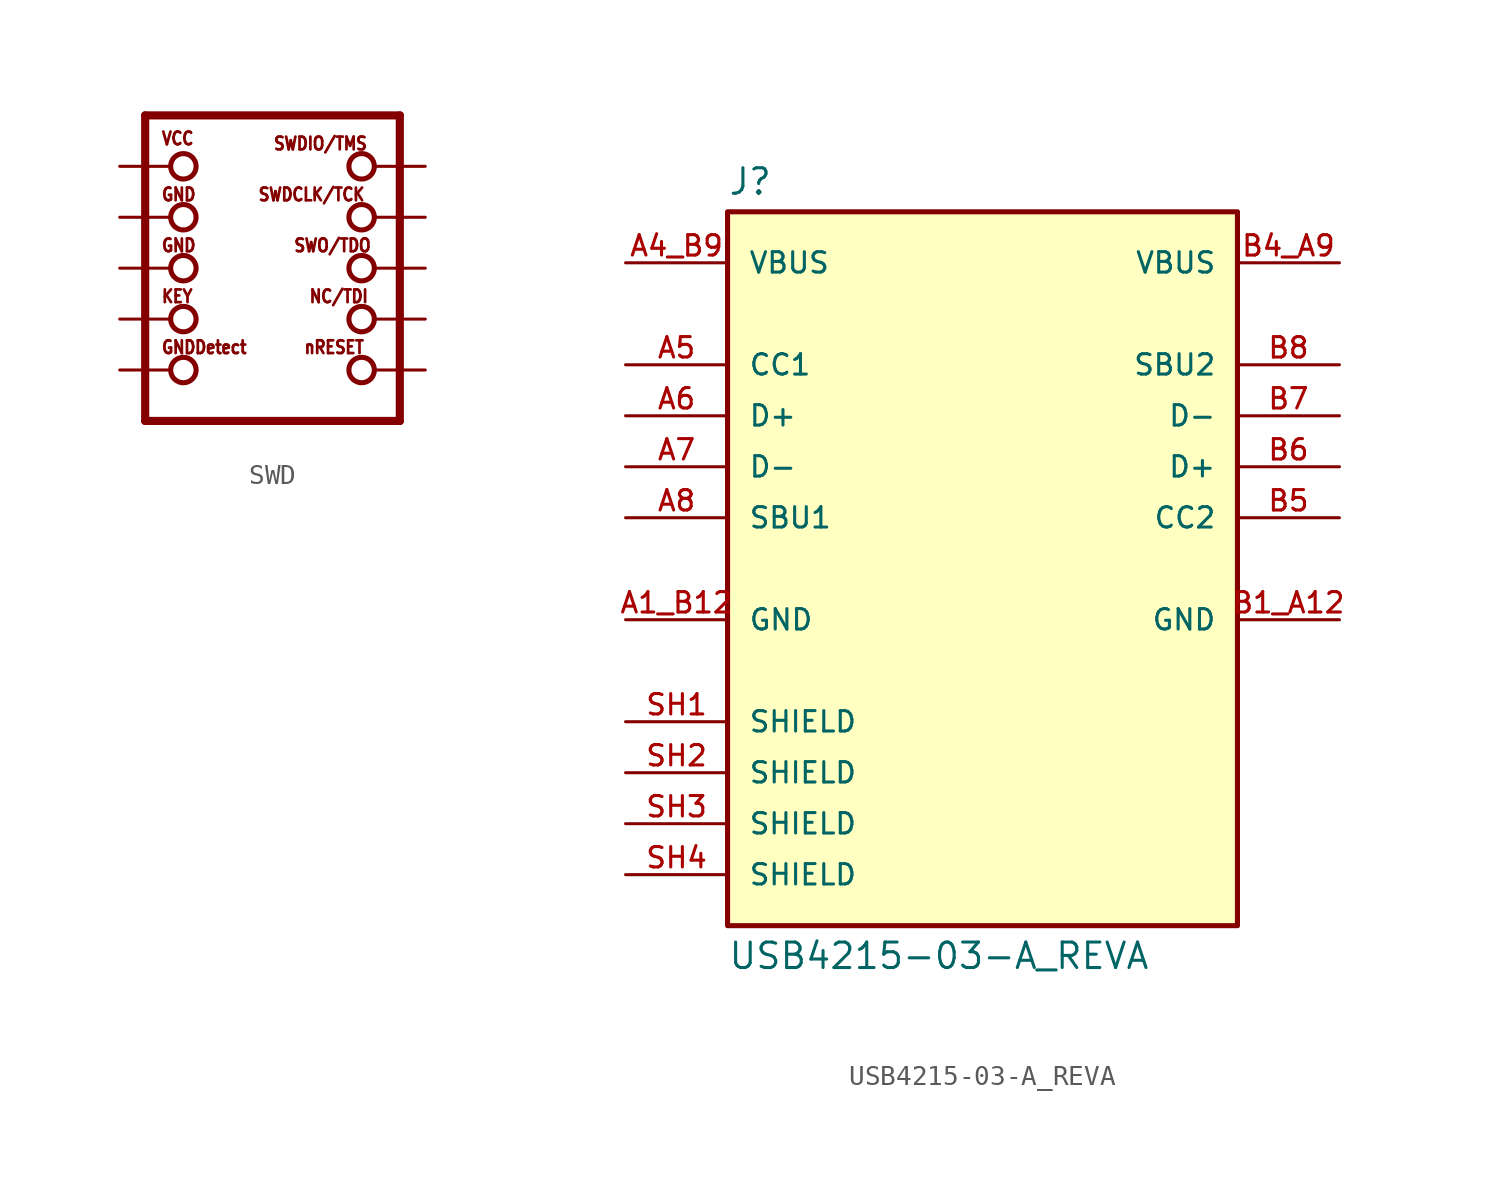
<source format=kicad_sym>
(kicad_symbol_lib
  (version 20231120)
  (generator "kicad_symbol_editor")
  (generator_version "8.0")
  (symbol "SWD"
    (property "Reference" "SWD"
      (at 0 12.7 0)
      (effects (font (size 1.27 1.079)) (hide yes)))
    (symbol "SWD_1_0"
      (circle (center -4.445 -5.08) (radius 0.635) (stroke (width 0.254) (type solid)) (fill (type none)))
      (circle (center -4.445 -2.54) (radius 0.635) (stroke (width 0.254) (type solid)) (fill (type none)))
      (circle (center -4.445 0) (radius 0.635) (stroke (width 0.254) (type solid)) (fill (type none)))
      (circle (center -4.445 2.54) (radius 0.635) (stroke (width 0.254) (type solid)) (fill (type none)))
      (circle (center -4.445 5.08) (radius 0.635) (stroke (width 0.254) (type solid)) (fill (type none)))
      (polyline (pts (xy -6.35 7.62) (xy -6.35 -7.62)) (stroke (width 0.406) (type solid)) (fill (type none)))
      (polyline (pts (xy -6.35 7.62) (xy 6.35 7.62)) (stroke (width 0.406) (type solid)) (fill (type none)))
      (polyline (pts (xy 6.35 -7.62) (xy -6.35 -7.62)) (stroke (width 0.406) (type solid)) (fill (type none)))
      (polyline (pts (xy 6.35 -7.62) (xy 6.35 7.62)) (stroke (width 0.406) (type solid)) (fill (type none)))
      (circle (center 4.445 -5.08) (radius 0.635) (stroke (width 0.254) (type solid)) (fill (type none)))
      (circle (center 4.445 -2.54) (radius 0.635) (stroke (width 0.254) (type solid)) (fill (type none)))
      (circle (center 4.445 0) (radius 0.635) (stroke (width 0.254) (type solid)) (fill (type none)))
      (circle (center 4.445 2.54) (radius 0.635) (stroke (width 0.254) (type solid)) (fill (type none)))
      (circle (center 4.445 5.08) (radius 0.635) (stroke (width 0.254) (type solid)) (fill (type none)))
      (text "GND" (at -5.588 0.762 0) (effects (font (size 0.635 0.54)) (justify left bottom)))
      (text "GND" (at -5.588 3.302 0) (effects (font (size 0.635 0.54)) (justify left bottom)))
      (text "GNDDetect" (at -5.588 -4.318 0) (effects (font (size 0.635 0.54)) (justify left bottom)))
      (text "KEY" (at -5.588 -1.778 0) (effects (font (size 0.635 0.54)) (justify left bottom)))
      (text "NC/TDI" (at 1.778 -1.778 0) (effects (font (size 0.635 0.54)) (justify left bottom)))
      (text "nRESET" (at 1.524 -4.318 0) (effects (font (size 0.635 0.54)) (justify left bottom)))
      (text "SWDCLK/TCK" (at -0.762 3.302 0) (effects (font (size 0.635 0.54)) (justify left bottom)))
      (text "SWDIO/TMS" (at 0 5.842 0) (effects (font (size 0.635 0.54)) (justify left bottom)))
      (text "SWO/TDO" (at 1.016 0.762 0) (effects (font (size 0.635 0.54)) (justify left bottom)))
      (text "VCC" (at -5.588 6.096 0) (effects (font (size 0.635 0.54)) (justify left bottom)))
      (pin power_in line (at -7.62 5.08 0) (length 2.54) (name "VCC" (effects (font (size 0 0)))) (number "1" (effects (font (size 0 0)))))
      (pin bidirectional line (at 7.62 -5.08 180) (length 2.54) (name "NRESET" (effects (font (size 0 0)))) (number "10" (effects (font (size 0 0)))))
      (pin bidirectional line (at 7.62 5.08 180) (length 2.54) (name "SWDIO" (effects (font (size 0 0)))) (number "2" (effects (font (size 0 0)))))
      (pin power_in line (at -7.62 2.54 0) (length 2.54) (name "GND@1" (effects (font (size 0 0)))) (number "3" (effects (font (size 0 0)))))
      (pin bidirectional line (at 7.62 2.54 180) (length 2.54) (name "SWDCLK" (effects (font (size 0 0)))) (number "4" (effects (font (size 0 0)))))
      (pin power_in line (at -7.62 0 0) (length 2.54) (name "GND@2" (effects (font (size 0 0)))) (number "5" (effects (font (size 0 0)))))
      (pin bidirectional line (at 7.62 0 180) (length 2.54) (name "SWO" (effects (font (size 0 0)))) (number "6" (effects (font (size 0 0)))))
      (pin power_in line (at -7.62 -2.54 0) (length 2.54) (name "KEY" (effects (font (size 0 0)))) (number "7" (effects (font (size 0 0)))))
      (pin bidirectional line (at 7.62 -2.54 180) (length 2.54) (name "TDI" (effects (font (size 0 0)))) (number "8" (effects (font (size 0 0)))))
      (pin power_in line (at -7.62 -5.08 0) (length 2.54) (name "GNDDETECT" (effects (font (size 0 0)))) (number "9" (effects (font (size 0 0)))))))
  (symbol "USB4215-03-A_REVA"
    (pin_names
      (offset 1.016))
    (property "Reference" "J"
      (at -12.7 13.462 0)
      (effects (font (size 1.27 1.27)) (justify left bottom)))
    (property "Value" "USB4215-03-A_REVA"
      (at -12.7 -23.622 0)
      (effects (font (size 1.27 1.27)) (justify left top)))
    (symbol "USB4215-03-A_REVA_0_0"
      (rectangle (start -12.7 12.7) (end 12.7 -22.86) (stroke (width 0.254) (type default)) (fill (type background)))
      (pin bidirectional line (at -17.78 5.08 0) (length 5.08) (name "CC1" (effects (font (size 1.016 1.016)))) (number "A5" (effects (font (size 1.016 1.016)))))
      (pin bidirectional line (at -17.78 -2.54 0) (length 5.08) (name "SBU1" (effects (font (size 1.016 1.016)))) (number "A8" (effects (font (size 1.016 1.016)))))
      (pin bidirectional line (at 17.78 -2.54 180) (length 5.08) (name "CC2" (effects (font (size 1.016 1.016)))) (number "B5" (effects (font (size 1.016 1.016)))))
      (pin bidirectional line (at 17.78 5.08 180) (length 5.08) (name "SBU2" (effects (font (size 1.016 1.016)))) (number "B8" (effects (font (size 1.016 1.016)))))
      (pin passive line (at -17.78 -12.7 0) (length 5.08) (name "SHIELD" (effects (font (size 1.016 1.016)))) (number "SH1" (effects (font (size 1.016 1.016))))))
    (symbol "USB4215-03-A_REVA_1_0"
      (pin power_in line (at -17.78 -7.62 0) (length 5.08) (name "GND" (effects (font (size 1.016 1.016)))) (number "A1_B12" (effects (font (size 1.016 1.016)))))
      (pin power_in line (at -17.78 10.16 0) (length 5.08) (name "VBUS" (effects (font (size 1.016 1.016)))) (number "A4_B9" (effects (font (size 1.016 1.016)))))
      (pin bidirectional line (at -17.78 2.54 0) (length 5.08) (name "D+" (effects (font (size 1.016 1.016)))) (number "A6" (effects (font (size 1.016 1.016)))))
      (pin bidirectional line (at -17.78 0 0) (length 5.08) (name "D-" (effects (font (size 1.016 1.016)))) (number "A7" (effects (font (size 1.016 1.016)))))
      (pin power_in line (at 17.78 -7.62 180) (length 5.08) (name "GND" (effects (font (size 1.016 1.016)))) (number "B1_A12" (effects (font (size 1.016 1.016)))))
      (pin power_in line (at 17.78 10.16 180) (length 5.08) (name "VBUS" (effects (font (size 1.016 1.016)))) (number "B4_A9" (effects (font (size 1.016 1.016)))))
      (pin bidirectional line (at 17.78 0 180) (length 5.08) (name "D+" (effects (font (size 1.016 1.016)))) (number "B6" (effects (font (size 1.016 1.016)))))
      (pin bidirectional line (at 17.78 2.54 180) (length 5.08) (name "D-" (effects (font (size 1.016 1.016)))) (number "B7" (effects (font (size 1.016 1.016)))))
      (pin passive line (at -17.78 -15.24 0) (length 5.08) (name "SHIELD" (effects (font (size 1.016 1.016)))) (number "SH2" (effects (font (size 1.016 1.016)))))
      (pin passive line (at -17.78 -17.78 0) (length 5.08) (name "SHIELD" (effects (font (size 1.016 1.016)))) (number "SH3" (effects (font (size 1.016 1.016)))))
      (pin passive line (at -17.78 -20.32 0) (length 5.08) (name "SHIELD" (effects (font (size 1.016 1.016)))) (number "SH4" (effects (font (size 1.016 1.016))))))))
</source>
